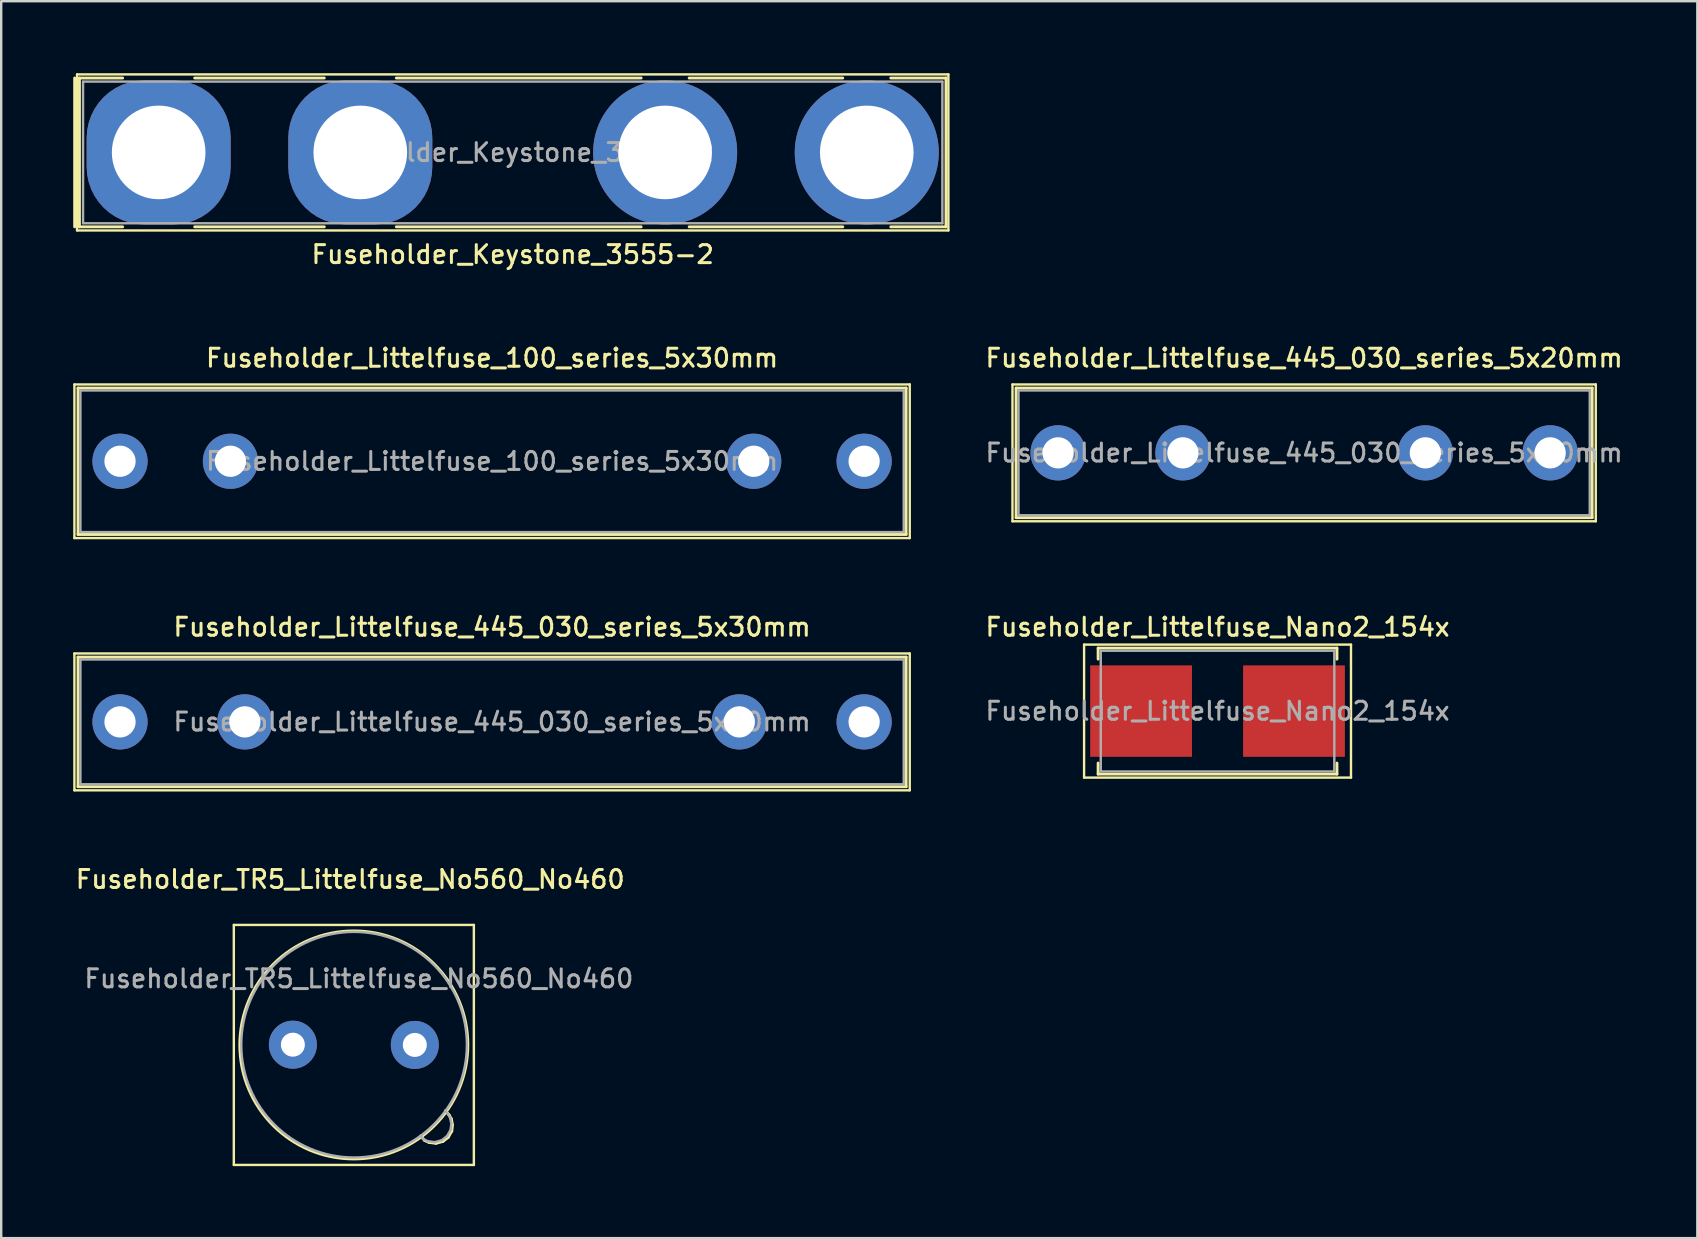
<source format=kicad_pcb>
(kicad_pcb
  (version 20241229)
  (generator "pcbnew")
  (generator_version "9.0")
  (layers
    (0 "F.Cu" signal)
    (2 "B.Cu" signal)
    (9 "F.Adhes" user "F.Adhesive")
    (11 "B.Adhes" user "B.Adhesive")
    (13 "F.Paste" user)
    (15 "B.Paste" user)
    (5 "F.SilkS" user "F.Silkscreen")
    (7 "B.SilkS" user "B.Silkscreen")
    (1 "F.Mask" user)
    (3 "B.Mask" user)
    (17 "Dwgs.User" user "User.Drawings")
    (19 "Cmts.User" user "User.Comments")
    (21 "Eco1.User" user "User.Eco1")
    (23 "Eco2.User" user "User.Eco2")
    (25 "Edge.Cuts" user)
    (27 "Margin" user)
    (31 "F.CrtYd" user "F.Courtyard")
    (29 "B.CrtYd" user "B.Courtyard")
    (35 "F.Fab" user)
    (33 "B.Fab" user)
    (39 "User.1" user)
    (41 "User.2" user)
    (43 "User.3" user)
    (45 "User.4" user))
  (footprint "Fuseholder_Littelfuse_Nano2_154x"
    (layer "F.Cu")
    (at 47.673 26.574)
    (property "Reference" "Fuseholder_Littelfuse_Nano2_154x" (at 0 -3.5 0) (unlocked yes) (layer "F.SilkS") (effects (font (size 0.75 0.75) (thickness 0.125))))
    (attr smd)
    (fp_line (start -5.56 -2.77) (end -5.56 2.77) (stroke (width 0.1) (type solid)) (layer "F.SilkS"))
    (fp_line (start -5.56 -2.77) (end 5.56 -2.77) (stroke (width 0.1) (type solid)) (layer "F.SilkS"))
    (fp_line (start -5.56 2.77) (end 5.56 2.77) (stroke (width 0.1) (type solid)) (layer "F.SilkS"))
    (fp_line (start -4.975 -2.625) (end -4.975 -2.165) (stroke (width 0.12) (type solid)) (layer "F.SilkS"))
    (fp_line (start -4.975 -2.625) (end 4.975 -2.625) (stroke (width 0.12) (type solid)) (layer "F.SilkS"))
    (fp_line (start -4.975 2.165) (end -4.975 2.625) (stroke (width 0.12) (type solid)) (layer "F.SilkS"))
    (fp_line (start -4.975 2.625) (end 4.975 2.625) (stroke (width 0.12) (type solid)) (layer "F.SilkS"))
    (fp_line (start 4.975 -2.625) (end 4.975 -2.165) (stroke (width 0.12) (type solid)) (layer "F.SilkS"))
    (fp_line (start 4.975 2.625) (end 4.975 2.165) (stroke (width 0.12) (type solid)) (layer "F.SilkS"))
    (fp_line (start 5.56 -2.77) (end 5.56 2.77) (stroke (width 0.1) (type solid)) (layer "F.SilkS"))
    (fp_line (start -4.865 -2.515) (end -4.865 2.515) (stroke (width 0.1) (type solid)) (layer "F.Fab"))
    (fp_line (start -4.865 -2.515) (end 4.865 -2.515) (stroke (width 0.1) (type solid)) (layer "F.Fab"))
    (fp_line (start -4.865 2.515) (end 4.865 2.515) (stroke (width 0.1) (type solid)) (layer "F.Fab"))
    (fp_line (start 4.865 2.515) (end 4.865 -2.515) (stroke (width 0.1) (type solid)) (layer "F.Fab"))
    (fp_text user "${REFERENCE}" (at 0 0 0) (layer "F.Fab") (effects (font (size 0.75 0.75) (thickness 0.125))))
    (pad "1" smd rect (at -3.185 0) (size 4.24 3.81) (layers "F.Cu" "F.Mask" "F.Paste"))
    (pad "2" smd rect (at 3.185 0) (size 4.24 3.81) (layers "F.Cu" "F.Mask" "F.Paste")))
  (footprint "Fuseholder_TR5_Littelfuse_No560_No460"
    (layer "F.Cu")
    (at 9.151 40.472)
    (property "Reference" "Fuseholder_TR5_Littelfuse_No560_No460" (at 2.39 -6.89 0) (layer "F.SilkS") (effects (font (size 0.75 0.75) (thickness 0.125))))
    (attr through_hole)
    (fp_line (start -2.46 -4.99) (end -2.46 5.01) (stroke (width 0.1) (type solid)) (layer "F.SilkS"))
    (fp_line (start -2.46 -4.99) (end 7.54 -4.99) (stroke (width 0.1) (type solid)) (layer "F.SilkS"))
    (fp_line (start 5.49 3.99) (end 5.36 3.84) (stroke (width 0.12) (type solid)) (layer "F.SilkS"))
    (fp_line (start 5.67 4.07) (end 5.49 3.99) (stroke (width 0.12) (type solid)) (layer "F.SilkS"))
    (fp_line (start 5.96 4.11) (end 5.67 4.07) (stroke (width 0.12) (type solid)) (layer "F.SilkS"))
    (fp_line (start 6.25 4.03) (end 5.96 4.11) (stroke (width 0.12) (type solid)) (layer "F.SilkS"))
    (fp_line (start 6.39 2.79) (end 6.51 2.93) (stroke (width 0.12) (type solid)) (layer "F.SilkS"))
    (fp_line (start 6.47 3.86) (end 6.25 4.03) (stroke (width 0.12) (type solid)) (layer "F.SilkS"))
    (fp_line (start 6.51 2.93) (end 6.6 3.09) (stroke (width 0.12) (type solid)) (layer "F.SilkS"))
    (fp_line (start 6.6 3.09) (end 6.65 3.34) (stroke (width 0.12) (type solid)) (layer "F.SilkS"))
    (fp_line (start 6.62 3.6) (end 6.47 3.86) (stroke (width 0.12) (type solid)) (layer "F.SilkS"))
    (fp_line (start 6.65 3.34) (end 6.62 3.6) (stroke (width 0.12) (type solid)) (layer "F.SilkS"))
    (fp_line (start 7.54 5.01) (end -2.46 5.01) (stroke (width 0.1) (type solid)) (layer "F.SilkS"))
    (fp_line (start 7.54 5.01) (end 7.54 -4.99) (stroke (width 0.1) (type solid)) (layer "F.SilkS"))
    (fp_circle (center 2.54 0.01) (end 7.29 0.01) (stroke (width 0.12) (type solid)) (fill no) (layer "F.SilkS"))
    (fp_line (start 5.44 3.94) (end 5.31 3.79) (stroke (width 0.1) (type solid)) (layer "F.Fab"))
    (fp_line (start 5.62 4.02) (end 5.44 3.94) (stroke (width 0.1) (type solid)) (layer "F.Fab"))
    (fp_line (start 5.91 4.06) (end 5.62 4.02) (stroke (width 0.1) (type solid)) (layer "F.Fab"))
    (fp_line (start 6.2 3.98) (end 5.91 4.06) (stroke (width 0.1) (type solid)) (layer "F.Fab"))
    (fp_line (start 6.34 2.74) (end 6.46 2.88) (stroke (width 0.1) (type solid)) (layer "F.Fab"))
    (fp_line (start 6.42 3.81) (end 6.2 3.98) (stroke (width 0.1) (type solid)) (layer "F.Fab"))
    (fp_line (start 6.46 2.88) (end 6.55 3.04) (stroke (width 0.1) (type solid)) (layer "F.Fab"))
    (fp_line (start 6.55 3.04) (end 6.6 3.29) (stroke (width 0.1) (type solid)) (layer "F.Fab"))
    (fp_line (start 6.57 3.55) (end 6.42 3.81) (stroke (width 0.1) (type solid)) (layer "F.Fab"))
    (fp_line (start 6.6 3.29) (end 6.57 3.55) (stroke (width 0.1) (type solid)) (layer "F.Fab"))
    (fp_circle (center 2.55 0) (end 7.25 0) (stroke (width 0.1) (type solid)) (fill no) (layer "F.Fab"))
    (fp_text user "${REFERENCE}" (at 2.75 -2.75 0) (layer "F.Fab") (effects (font (size 0.75 0.75) (thickness 0.125))))
    (pad "1" thru_hole circle (at 0 0) (size 2 2) (drill 1) (layers "*.Cu" "*.Mask"))
    (pad "2" thru_hole circle (at 5.08 0.01) (size 2 2) (drill 1) (layers "*.Cu" "*.Mask")))
  (footprint "Fuseholder_Littelfuse_100_series_5x30mm"
    (layer "F.Cu")
    (at 1.95 16.166)
    (property "Reference" "Fuseholder_Littelfuse_100_series_5x30mm" (at 15.5 -4.3 0) (unlocked yes) (layer "F.SilkS") (effects (font (size 0.75 0.75) (thickness 0.125))))
    (attr through_hole)
    (fp_line (start -1.9 -3.2) (end 32.9 -3.2) (stroke (width 0.1) (type solid)) (layer "F.SilkS"))
    (fp_line (start -1.9 3.2) (end -1.9 -3.2) (stroke (width 0.1) (type solid)) (layer "F.SilkS"))
    (fp_line (start -1.75 -3.05) (end 32.75 -3.05) (stroke (width 0.12) (type solid)) (layer "F.SilkS"))
    (fp_line (start -1.75 3.05) (end -1.75 -3.05) (stroke (width 0.12) (type solid)) (layer "F.SilkS"))
    (fp_line (start 32.75 -3.05) (end 32.75 3.05) (stroke (width 0.12) (type solid)) (layer "F.SilkS"))
    (fp_line (start 32.75 3.05) (end -1.75 3.05) (stroke (width 0.12) (type solid)) (layer "F.SilkS"))
    (fp_line (start 32.9 -3.2) (end 32.9 3.2) (stroke (width 0.1) (type solid)) (layer "F.SilkS"))
    (fp_line (start 32.9 3.2) (end -1.9 3.2) (stroke (width 0.1) (type solid)) (layer "F.SilkS"))
    (fp_line (start -1.65 -2.95) (end 32.65 -2.95) (stroke (width 0.1) (type solid)) (layer "F.Fab"))
    (fp_line (start -1.65 2.95) (end -1.65 -2.95) (stroke (width 0.1) (type solid)) (layer "F.Fab"))
    (fp_line (start 32.65 -2.95) (end 32.65 2.95) (stroke (width 0.1) (type solid)) (layer "F.Fab"))
    (fp_line (start 32.65 2.95) (end -1.65 2.95) (stroke (width 0.1) (type solid)) (layer "F.Fab"))
    (fp_text user "${REFERENCE}" (at 15.5 0 0) (unlocked yes) (layer "F.Fab") (effects (font (size 0.75 0.75) (thickness 0.125))))
    (pad "1" thru_hole circle (at 0 0) (size 2.3 2.3) (drill 1.3) (layers "*.Cu" "*.Mask"))
    (pad "1" thru_hole circle (at 4.6 0) (size 2.3 2.3) (drill 1.3) (layers "*.Cu" "*.Mask"))
    (pad "2" thru_hole circle (at 26.4 0) (size 2.3 2.3) (drill 1.3) (layers "*.Cu" "*.Mask"))
    (pad "2" thru_hole circle (at 31 0) (size 2.3 2.3) (drill 1.3) (layers "*.Cu" "*.Mask")))
  (footprint "Fuseholder_Littelfuse_445_030_series_5x20mm"
    (layer "F.Cu")
    (at 41.03 15.816)
    (property "Reference" "Fuseholder_Littelfuse_445_030_series_5x20mm" (at 10.25 -3.95 0) (unlocked yes) (layer "F.SilkS") (effects (font (size 0.75 0.75) (thickness 0.125))))
    (attr through_hole)
    (fp_line (start -1.9 -2.85) (end 22.4 -2.85) (stroke (width 0.1) (type solid)) (layer "F.SilkS"))
    (fp_line (start -1.9 2.85) (end -1.9 -2.85) (stroke (width 0.1) (type solid)) (layer "F.SilkS"))
    (fp_line (start -1.75 -2.7) (end 22.25 -2.7) (stroke (width 0.12) (type solid)) (layer "F.SilkS"))
    (fp_line (start -1.75 2.7) (end -1.75 -2.7) (stroke (width 0.12) (type solid)) (layer "F.SilkS"))
    (fp_line (start 22.25 -2.7) (end 22.25 2.7) (stroke (width 0.12) (type solid)) (layer "F.SilkS"))
    (fp_line (start 22.25 2.7) (end -1.75 2.7) (stroke (width 0.12) (type solid)) (layer "F.SilkS"))
    (fp_line (start 22.4 -2.85) (end 22.4 2.85) (stroke (width 0.1) (type solid)) (layer "F.SilkS"))
    (fp_line (start 22.4 2.85) (end -1.9 2.85) (stroke (width 0.1) (type solid)) (layer "F.SilkS"))
    (fp_line (start -1.65 -2.6) (end 22.15 -2.6) (stroke (width 0.1) (type solid)) (layer "F.Fab"))
    (fp_line (start -1.65 2.6) (end -1.65 -2.6) (stroke (width 0.1) (type solid)) (layer "F.Fab"))
    (fp_line (start 22.15 -2.6) (end 22.15 2.6) (stroke (width 0.1) (type solid)) (layer "F.Fab"))
    (fp_line (start 22.15 2.6) (end -1.65 2.6) (stroke (width 0.1) (type solid)) (layer "F.Fab"))
    (fp_text user "${REFERENCE}" (at 10.25 0 0) (unlocked yes) (layer "F.Fab") (effects (font (size 0.75 0.75) (thickness 0.125))))
    (pad "1" thru_hole circle (at 0 0) (size 2.3 2.3) (drill 1.3) (layers "*.Cu" "*.Mask"))
    (pad "1" thru_hole circle (at 5.2 0) (size 2.3 2.3) (drill 1.3) (layers "*.Cu" "*.Mask"))
    (pad "2" thru_hole circle (at 15.3 0) (size 2.3 2.3) (drill 1.3) (layers "*.Cu" "*.Mask"))
    (pad "2" thru_hole circle (at 20.5 0) (size 2.3 2.3) (drill 1.3) (layers "*.Cu" "*.Mask")))
  (footprint "Fuseholder_Littelfuse_445_030_series_5x30mm"
    (layer "F.Cu")
    (at 1.95 27.024)
    (property "Reference" "Fuseholder_Littelfuse_445_030_series_5x30mm" (at 15.5 -3.95 0) (unlocked yes) (layer "F.SilkS") (effects (font (size 0.75 0.75) (thickness 0.125))))
    (attr through_hole)
    (fp_line (start -1.9 -2.85) (end 32.9 -2.85) (stroke (width 0.1) (type solid)) (layer "F.SilkS"))
    (fp_line (start -1.9 2.85) (end -1.9 -2.85) (stroke (width 0.1) (type solid)) (layer "F.SilkS"))
    (fp_line (start -1.75 -2.7) (end 32.75 -2.7) (stroke (width 0.12) (type solid)) (layer "F.SilkS"))
    (fp_line (start -1.75 2.7) (end -1.75 -2.7) (stroke (width 0.12) (type solid)) (layer "F.SilkS"))
    (fp_line (start 32.75 -2.7) (end 32.75 2.7) (stroke (width 0.12) (type solid)) (layer "F.SilkS"))
    (fp_line (start 32.75 2.7) (end -1.75 2.7) (stroke (width 0.12) (type solid)) (layer "F.SilkS"))
    (fp_line (start 32.9 -2.85) (end 32.9 2.85) (stroke (width 0.1) (type solid)) (layer "F.SilkS"))
    (fp_line (start 32.9 2.85) (end -1.9 2.85) (stroke (width 0.1) (type solid)) (layer "F.SilkS"))
    (fp_line (start -1.65 -2.6) (end 32.65 -2.6) (stroke (width 0.1) (type solid)) (layer "F.Fab"))
    (fp_line (start -1.65 2.6) (end -1.65 -2.6) (stroke (width 0.1) (type solid)) (layer "F.Fab"))
    (fp_line (start 32.65 -2.6) (end 32.65 2.6) (stroke (width 0.1) (type solid)) (layer "F.Fab"))
    (fp_line (start 32.65 2.6) (end -1.65 2.6) (stroke (width 0.1) (type solid)) (layer "F.Fab"))
    (fp_text user "${REFERENCE}" (at 15.5 0 0) (unlocked yes) (layer "F.Fab") (effects (font (size 0.75 0.75) (thickness 0.125))))
    (pad "1" thru_hole circle (at 0 0) (size 2.3 2.3) (drill 1.3) (layers "*.Cu" "*.Mask"))
    (pad "1" thru_hole circle (at 5.2 0) (size 2.3 2.3) (drill 1.3) (layers "*.Cu" "*.Mask"))
    (pad "2" thru_hole circle (at 25.8 0) (size 2.3 2.3) (drill 1.3) (layers "*.Cu" "*.Mask"))
    (pad "2" thru_hole circle (at 31 0) (size 2.3 2.3) (drill 1.3) (layers "*.Cu" "*.Mask")))
  (footprint "Fuseholder_Keystone_3555-2"
    (layer "F.Cu")
    (at 3.56 3.3)
    (property "Reference" "Fuseholder_Keystone_3555-2" (at 14.75 4.25 0) (layer "F.SilkS") (effects (font (size 0.75 0.75) (thickness 0.125))))
    (attr through_hole)
    (fp_line (start -3.5 -3.1) (end -3.5 3.1) (stroke (width 0.12) (type solid)) (layer "F.SilkS"))
    (fp_line (start -3.4 -3.25) (end 32.9 -3.25) (stroke (width 0.1) (type solid)) (layer "F.SilkS"))
    (fp_line (start -3.4 3.25) (end -3.4 -3.25) (stroke (width 0.1) (type solid)) (layer "F.SilkS"))
    (fp_line (start -3.3 -3.1) (end -1.5 -3.1) (stroke (width 0.12) (type solid)) (layer "F.SilkS"))
    (fp_line (start -3.3 3.1) (end -3.3 -3.1) (stroke (width 0.12) (type solid)) (layer "F.SilkS"))
    (fp_line (start -3.3 3.1) (end -1.5 3.1) (stroke (width 0.12) (type solid)) (layer "F.SilkS"))
    (fp_line (start 1.5 -3.1) (end 6.9 -3.1) (stroke (width 0.12) (type solid)) (layer "F.SilkS"))
    (fp_line (start 1.5 3.1) (end 6.9 3.1) (stroke (width 0.12) (type solid)) (layer "F.SilkS"))
    (fp_line (start 9.9 -3.1) (end 20.1 -3.1) (stroke (width 0.12) (type solid)) (layer "F.SilkS"))
    (fp_line (start 9.9 3.1) (end 20.1 3.1) (stroke (width 0.12) (type solid)) (layer "F.SilkS"))
    (fp_line (start 22.1 -3.1) (end 28.5 -3.1) (stroke (width 0.12) (type solid)) (layer "F.SilkS"))
    (fp_line (start 22.1 3.1) (end 28.5 3.1) (stroke (width 0.12) (type solid)) (layer "F.SilkS"))
    (fp_line (start 30.5 -3.1) (end 32.8 -3.1) (stroke (width 0.12) (type solid)) (layer "F.SilkS"))
    (fp_line (start 30.5 3.1) (end 32.8 3.1) (stroke (width 0.12) (type solid)) (layer "F.SilkS"))
    (fp_line (start 32.8 -3.1) (end 32.8 3.1) (stroke (width 0.12) (type solid)) (layer "F.SilkS"))
    (fp_line (start 32.9 -3.25) (end 32.9 3.25) (stroke (width 0.1) (type solid)) (layer "F.SilkS"))
    (fp_line (start 32.9 3.25) (end -3.4 3.25) (stroke (width 0.1) (type solid)) (layer "F.SilkS"))
    (fp_line (start -3.15 -2.95) (end 32.65 -2.95) (stroke (width 0.1) (type solid)) (layer "F.Fab"))
    (fp_line (start -3.15 2.95) (end -3.15 -2.95) (stroke (width 0.1) (type solid)) (layer "F.Fab"))
    (fp_line (start 32.65 -2.95) (end 32.65 2.95) (stroke (width 0.1) (type solid)) (layer "F.Fab"))
    (fp_line (start 32.65 2.95) (end -3.15 2.95) (stroke (width 0.1) (type solid)) (layer "F.Fab"))
    (fp_text user "${REFERENCE}" (at 14.75 0 0) (layer "F.Fab") (effects (font (size 0.75 0.75) (thickness 0.125))))
    (pad "1" thru_hole roundrect (at 0 0 90) (size 6 6) (drill 3.9) (layers "*.Cu" "*.Mask") (roundrect_rratio 0.4))
    (pad "1" thru_hole roundrect (at 8.4 0) (size 6 6) (drill 3.9) (layers "*.Cu" "*.Mask") (roundrect_rratio 0.4))
    (pad "2" thru_hole circle (at 21.1 0) (size 6 6) (drill 3.9) (layers "*.Cu" "*.Mask"))
    (pad "2" thru_hole circle (at 29.5 0) (size 6 6) (drill 3.9) (layers "*.Cu" "*.Mask")))
  (gr_rect
    (start -3 -3)
    (end 67.661 48.532)
    (stroke (width 0.1) (type default))
    (fill no)
    (layer "Edge.Cuts")))
</source>
